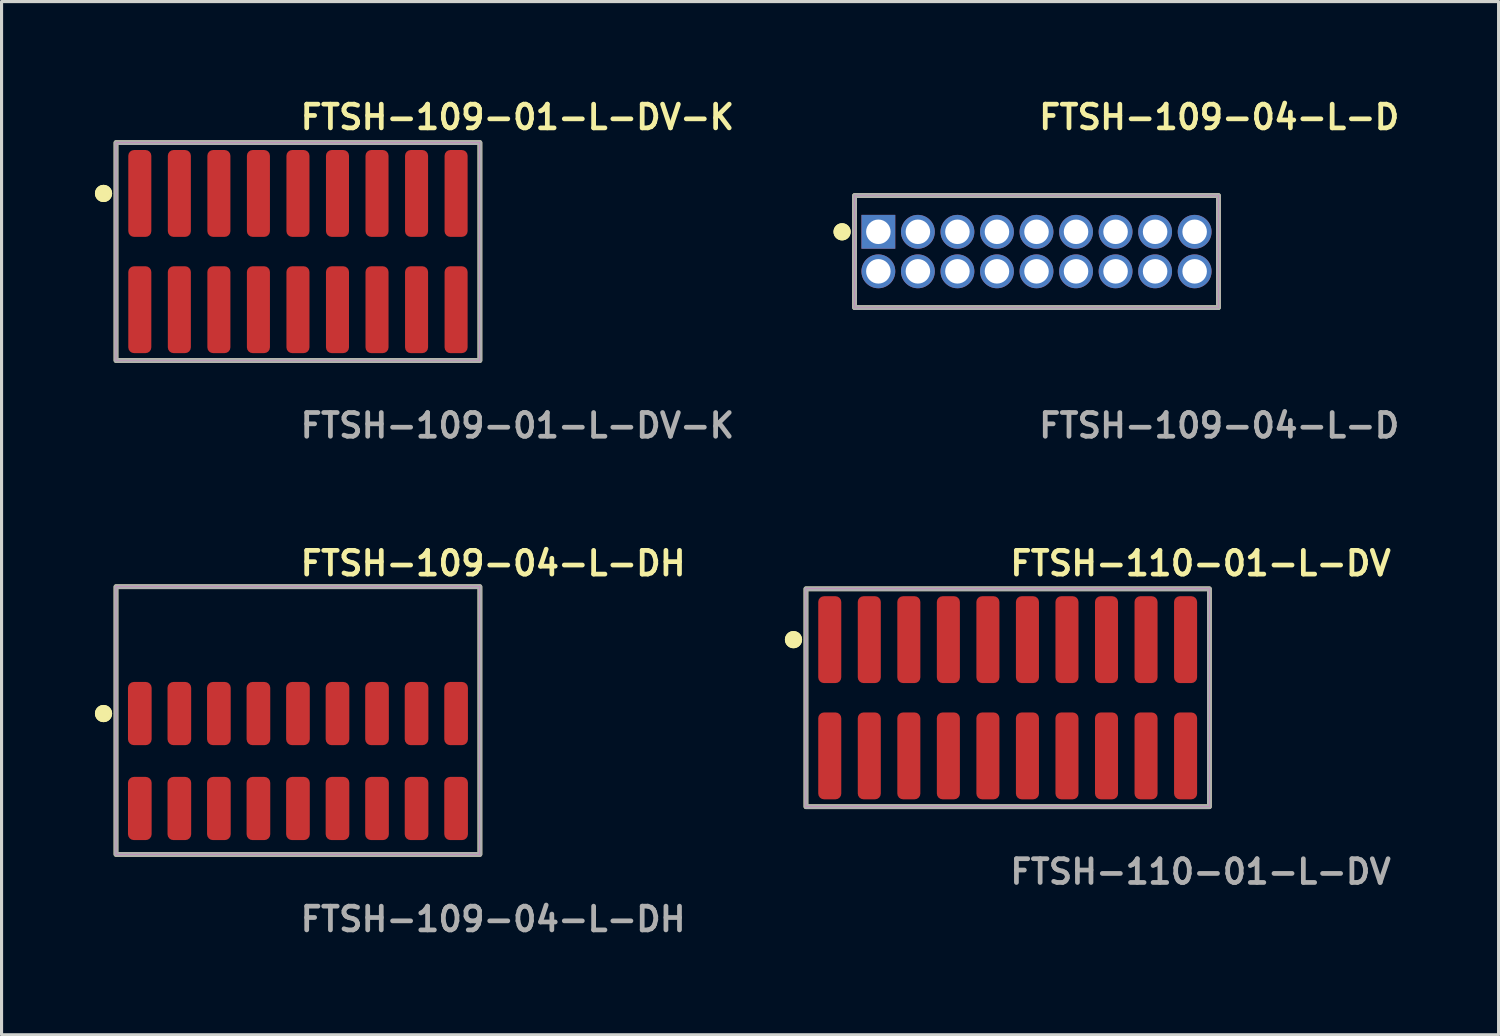
<source format=kicad_pcb>
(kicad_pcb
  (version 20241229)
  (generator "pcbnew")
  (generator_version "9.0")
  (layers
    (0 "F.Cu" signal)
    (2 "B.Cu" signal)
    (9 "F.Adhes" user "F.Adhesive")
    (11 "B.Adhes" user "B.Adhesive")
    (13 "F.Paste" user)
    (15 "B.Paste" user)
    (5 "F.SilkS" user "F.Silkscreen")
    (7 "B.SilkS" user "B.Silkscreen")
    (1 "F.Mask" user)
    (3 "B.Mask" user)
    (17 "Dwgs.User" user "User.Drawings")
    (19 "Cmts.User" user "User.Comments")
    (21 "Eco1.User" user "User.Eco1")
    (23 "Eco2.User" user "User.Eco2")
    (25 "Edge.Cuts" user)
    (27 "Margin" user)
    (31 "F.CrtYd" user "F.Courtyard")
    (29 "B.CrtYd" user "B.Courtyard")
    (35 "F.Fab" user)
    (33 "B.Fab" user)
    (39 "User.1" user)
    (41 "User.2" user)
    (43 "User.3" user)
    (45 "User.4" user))
  (footprint "FTSH-109-04-L-DH"
    (layer "F.Cu")
    (at 6.521 21.396)
    (property "Reference" "FTSH-109-04-L-DH" (at 0 -6.35 0) (unlocked yes) (layer "F.SilkS") (effects (font (size 0.762 0.762) (thickness 0.152)) (justify left)))
    (fp_rect (start -5.845 3) (end 5.845 -5.6) (stroke (width 0.152) (type solid)) (fill no) (layer "F.SilkS"))
    (fp_circle (center -6.245 -1.525) (end -6.445 -1.525) (stroke (width 0.152) (type solid)) (fill yes) (layer "F.SilkS"))
    (fp_circle (center -6.245 -1.525) (end -6.445 -1.525) (stroke (width 0.152) (type solid)) (fill yes) (layer "F.SilkS"))
    (fp_rect (start -5.845 3) (end 5.845 -5.6) (stroke (width 0.006) (type solid)) (fill no) (layer "F.CrtYd"))
    (fp_rect (start -5.845 3) (end 5.845 -5.6) (stroke (width 0.152) (type solid)) (fill no) (layer "F.Fab"))
    (fp_text user "${REFERENCE}" (at 0 5.08 0) (unlocked yes) (layer "F.Fab") (effects (font (size 0.762 0.762) (thickness 0.152)) (justify left)))
    (pad "1" smd roundrect (at -5.08 -1.525) (size 0.76 2.03) (layers "F.Cu" "F.Paste") (roundrect_rratio 0.25))
    (pad "2" smd roundrect (at -5.08 1.525) (size 0.76 2.03) (layers "F.Cu" "F.Paste") (roundrect_rratio 0.25))
    (pad "3" smd roundrect (at -3.81 -1.525) (size 0.76 2.03) (layers "F.Cu" "F.Paste") (roundrect_rratio 0.25))
    (pad "4" smd roundrect (at -3.81 1.525) (size 0.76 2.03) (layers "F.Cu" "F.Paste") (roundrect_rratio 0.25))
    (pad "5" smd roundrect (at -2.54 -1.525) (size 0.76 2.03) (layers "F.Cu" "F.Paste") (roundrect_rratio 0.25))
    (pad "6" smd roundrect (at -2.54 1.525) (size 0.76 2.03) (layers "F.Cu" "F.Paste") (roundrect_rratio 0.25))
    (pad "7" smd roundrect (at -1.27 -1.525) (size 0.76 2.03) (layers "F.Cu" "F.Paste") (roundrect_rratio 0.25))
    (pad "8" smd roundrect (at -1.27 1.525) (size 0.76 2.03) (layers "F.Cu" "F.Paste") (roundrect_rratio 0.25))
    (pad "9" smd roundrect (at 0 -1.525) (size 0.76 2.03) (layers "F.Cu" "F.Paste") (roundrect_rratio 0.25))
    (pad "10" smd roundrect (at 0 1.525) (size 0.76 2.03) (layers "F.Cu" "F.Paste") (roundrect_rratio 0.25))
    (pad "11" smd roundrect (at 1.27 -1.525) (size 0.76 2.03) (layers "F.Cu" "F.Paste") (roundrect_rratio 0.25))
    (pad "12" smd roundrect (at 1.27 1.525) (size 0.76 2.03) (layers "F.Cu" "F.Paste") (roundrect_rratio 0.25))
    (pad "13" smd roundrect (at 2.54 -1.525) (size 0.76 2.03) (layers "F.Cu" "F.Paste") (roundrect_rratio 0.25))
    (pad "14" smd roundrect (at 2.54 1.525) (size 0.76 2.03) (layers "F.Cu" "F.Paste") (roundrect_rratio 0.25))
    (pad "15" smd roundrect (at 3.81 -1.525) (size 0.76 2.03) (layers "F.Cu" "F.Paste") (roundrect_rratio 0.25))
    (pad "16" smd roundrect (at 3.81 1.525) (size 0.76 2.03) (layers "F.Cu" "F.Paste") (roundrect_rratio 0.25))
    (pad "17" smd roundrect (at 5.08 -1.525) (size 0.76 2.03) (layers "F.Cu" "F.Paste") (roundrect_rratio 0.25))
    (pad "18" smd roundrect (at 5.08 1.525) (size 0.76 2.03) (layers "F.Cu" "F.Paste") (roundrect_rratio 0.25)))
  (footprint "FTSH-110-01-L-DV"
    (layer "F.Cu")
    (at 29.319 19.364)
    (property "Reference" "FTSH-110-01-L-DV" (at 0 -4.318 0) (unlocked yes) (layer "F.SilkS") (effects (font (size 0.762 0.762) (thickness 0.152)) (justify left)))
    (fp_rect (start -6.48 3.5) (end 6.48 -3.5) (stroke (width 0.152) (type solid)) (fill no) (layer "F.SilkS"))
    (fp_circle (center -6.88 -1.867) (end -7.08 -1.867) (stroke (width 0.152) (type solid)) (fill yes) (layer "F.SilkS"))
    (fp_circle (center -6.88 -1.867) (end -7.08 -1.867) (stroke (width 0.152) (type solid)) (fill yes) (layer "F.SilkS"))
    (fp_rect (start -6.48 3.5) (end 6.48 -3.5) (stroke (width 0.006) (type solid)) (fill no) (layer "F.CrtYd"))
    (fp_rect (start -6.48 3.5) (end 6.48 -3.5) (stroke (width 0.152) (type solid)) (fill no) (layer "F.Fab"))
    (fp_text user "${REFERENCE}" (at 0 5.588 0) (unlocked yes) (layer "F.Fab") (effects (font (size 0.762 0.762) (thickness 0.152)) (justify left)))
    (pad "1" smd roundrect (at -5.715 -1.867) (size 0.74 2.79) (layers "F.Cu" "F.Paste") (roundrect_rratio 0.25))
    (pad "2" smd roundrect (at -5.715 1.867) (size 0.74 2.79) (layers "F.Cu" "F.Paste") (roundrect_rratio 0.25))
    (pad "3" smd roundrect (at -4.445 -1.867) (size 0.74 2.79) (layers "F.Cu" "F.Paste") (roundrect_rratio 0.25))
    (pad "4" smd roundrect (at -4.445 1.867) (size 0.74 2.79) (layers "F.Cu" "F.Paste") (roundrect_rratio 0.25))
    (pad "5" smd roundrect (at -3.175 -1.867) (size 0.74 2.79) (layers "F.Cu" "F.Paste") (roundrect_rratio 0.25))
    (pad "6" smd roundrect (at -3.175 1.867) (size 0.74 2.79) (layers "F.Cu" "F.Paste") (roundrect_rratio 0.25))
    (pad "7" smd roundrect (at -1.905 -1.867) (size 0.74 2.79) (layers "F.Cu" "F.Paste") (roundrect_rratio 0.25))
    (pad "8" smd roundrect (at -1.905 1.867) (size 0.74 2.79) (layers "F.Cu" "F.Paste") (roundrect_rratio 0.25))
    (pad "9" smd roundrect (at -0.635 -1.867) (size 0.74 2.79) (layers "F.Cu" "F.Paste") (roundrect_rratio 0.25))
    (pad "10" smd roundrect (at -0.635 1.867) (size 0.74 2.79) (layers "F.Cu" "F.Paste") (roundrect_rratio 0.25))
    (pad "11" smd roundrect (at 0.635 -1.867) (size 0.74 2.79) (layers "F.Cu" "F.Paste") (roundrect_rratio 0.25))
    (pad "12" smd roundrect (at 0.635 1.867) (size 0.74 2.79) (layers "F.Cu" "F.Paste") (roundrect_rratio 0.25))
    (pad "13" smd roundrect (at 1.905 -1.867) (size 0.74 2.79) (layers "F.Cu" "F.Paste") (roundrect_rratio 0.25))
    (pad "14" smd roundrect (at 1.905 1.867) (size 0.74 2.79) (layers "F.Cu" "F.Paste") (roundrect_rratio 0.25))
    (pad "15" smd roundrect (at 3.175 -1.867) (size 0.74 2.79) (layers "F.Cu" "F.Paste") (roundrect_rratio 0.25))
    (pad "16" smd roundrect (at 3.175 1.867) (size 0.74 2.79) (layers "F.Cu" "F.Paste") (roundrect_rratio 0.25))
    (pad "17" smd roundrect (at 4.445 -1.867) (size 0.74 2.79) (layers "F.Cu" "F.Paste") (roundrect_rratio 0.25))
    (pad "18" smd roundrect (at 4.445 1.867) (size 0.74 2.79) (layers "F.Cu" "F.Paste") (roundrect_rratio 0.25))
    (pad "19" smd roundrect (at 5.715 -1.867) (size 0.74 2.79) (layers "F.Cu" "F.Paste") (roundrect_rratio 0.25))
    (pad "20" smd roundrect (at 5.715 1.867) (size 0.74 2.79) (layers "F.Cu" "F.Paste") (roundrect_rratio 0.25)))
  (footprint "FTSH-109-04-L-D"
    (layer "F.Cu")
    (at 30.245 5.031)
    (property "Reference" "FTSH-109-04-L-D" (at 0 -4.318 0) (unlocked yes) (layer "F.SilkS") (effects (font (size 0.762 0.762) (thickness 0.152)) (justify left)))
    (fp_rect (start -5.845 1.8) (end 5.845 -1.8) (stroke (width 0.152) (type solid)) (fill no) (layer "F.SilkS"))
    (fp_circle (center -6.245 -0.635) (end -6.445 -0.635) (stroke (width 0.152) (type solid)) (fill yes) (layer "F.SilkS"))
    (fp_circle (center -6.245 -0.635) (end -6.445 -0.635) (stroke (width 0.152) (type solid)) (fill yes) (layer "F.SilkS"))
    (fp_rect (start -5.845 1.8) (end 5.845 -1.8) (stroke (width 0.006) (type solid)) (fill no) (layer "F.CrtYd"))
    (fp_rect (start -5.845 1.8) (end 5.845 -1.8) (stroke (width 0.152) (type solid)) (fill no) (layer "F.Fab"))
    (fp_text user "${REFERENCE}" (at 0 5.588 0) (unlocked yes) (layer "F.Fab") (effects (font (size 0.762 0.762) (thickness 0.152)) (justify left)))
    (pad "1" thru_hole rect (at -5.08 -0.635) (size 1.087 1.087) (drill 0.787) (layers "*.Cu" "*.Mask"))
    (pad "2" thru_hole circle (at -5.08 0.635) (size 1.087 1.087) (drill 0.787) (layers "*.Cu" "*.Mask"))
    (pad "3" thru_hole circle (at -3.81 -0.635) (size 1.087 1.087) (drill 0.787) (layers "*.Cu" "*.Mask"))
    (pad "4" thru_hole circle (at -3.81 0.635) (size 1.087 1.087) (drill 0.787) (layers "*.Cu" "*.Mask"))
    (pad "5" thru_hole circle (at -2.54 -0.635) (size 1.087 1.087) (drill 0.787) (layers "*.Cu" "*.Mask"))
    (pad "6" thru_hole circle (at -2.54 0.635) (size 1.087 1.087) (drill 0.787) (layers "*.Cu" "*.Mask"))
    (pad "7" thru_hole circle (at -1.27 -0.635) (size 1.087 1.087) (drill 0.787) (layers "*.Cu" "*.Mask"))
    (pad "8" thru_hole circle (at -1.27 0.635) (size 1.087 1.087) (drill 0.787) (layers "*.Cu" "*.Mask"))
    (pad "9" thru_hole circle (at 0 -0.635) (size 1.087 1.087) (drill 0.787) (layers "*.Cu" "*.Mask"))
    (pad "10" thru_hole circle (at 0 0.635) (size 1.087 1.087) (drill 0.787) (layers "*.Cu" "*.Mask"))
    (pad "11" thru_hole circle (at 1.27 -0.635) (size 1.087 1.087) (drill 0.787) (layers "*.Cu" "*.Mask"))
    (pad "12" thru_hole circle (at 1.27 0.635) (size 1.087 1.087) (drill 0.787) (layers "*.Cu" "*.Mask"))
    (pad "13" thru_hole circle (at 2.54 -0.635) (size 1.087 1.087) (drill 0.787) (layers "*.Cu" "*.Mask"))
    (pad "14" thru_hole circle (at 2.54 0.635) (size 1.087 1.087) (drill 0.787) (layers "*.Cu" "*.Mask"))
    (pad "15" thru_hole circle (at 3.81 -0.635) (size 1.087 1.087) (drill 0.787) (layers "*.Cu" "*.Mask"))
    (pad "16" thru_hole circle (at 3.81 0.635) (size 1.087 1.087) (drill 0.787) (layers "*.Cu" "*.Mask"))
    (pad "17" thru_hole circle (at 5.08 -0.635) (size 1.087 1.087) (drill 0.787) (layers "*.Cu" "*.Mask"))
    (pad "18" thru_hole circle (at 5.08 0.635) (size 1.087 1.087) (drill 0.787) (layers "*.Cu" "*.Mask")))
  (footprint "FTSH-109-01-L-DV-K"
    (layer "F.Cu")
    (at 6.521 5.031)
    (property "Reference" "FTSH-109-01-L-DV-K" (at 0 -4.318 0) (unlocked yes) (layer "F.SilkS") (effects (font (size 0.762 0.762) (thickness 0.152)) (justify left)))
    (fp_rect (start -5.845 3.5) (end 5.845 -3.5) (stroke (width 0.152) (type solid)) (fill no) (layer "F.SilkS"))
    (fp_circle (center -6.245 -1.867) (end -6.445 -1.867) (stroke (width 0.152) (type solid)) (fill yes) (layer "F.SilkS"))
    (fp_circle (center -6.245 -1.867) (end -6.445 -1.867) (stroke (width 0.152) (type solid)) (fill yes) (layer "F.SilkS"))
    (fp_rect (start -5.845 3.5) (end 5.845 -3.5) (stroke (width 0.006) (type solid)) (fill no) (layer "F.CrtYd"))
    (fp_rect (start -5.845 3.5) (end 5.845 -3.5) (stroke (width 0.152) (type solid)) (fill no) (layer "F.Fab"))
    (fp_text user "${REFERENCE}" (at 0 5.588 0) (unlocked yes) (layer "F.Fab") (effects (font (size 0.762 0.762) (thickness 0.152)) (justify left)))
    (pad "1" smd roundrect (at -5.08 -1.867) (size 0.74 2.79) (layers "F.Cu" "F.Paste") (roundrect_rratio 0.25))
    (pad "2" smd roundrect (at -5.08 1.867) (size 0.74 2.79) (layers "F.Cu" "F.Paste") (roundrect_rratio 0.25))
    (pad "3" smd roundrect (at -3.81 -1.867) (size 0.74 2.79) (layers "F.Cu" "F.Paste") (roundrect_rratio 0.25))
    (pad "4" smd roundrect (at -3.81 1.867) (size 0.74 2.79) (layers "F.Cu" "F.Paste") (roundrect_rratio 0.25))
    (pad "5" smd roundrect (at -2.54 -1.867) (size 0.74 2.79) (layers "F.Cu" "F.Paste") (roundrect_rratio 0.25))
    (pad "6" smd roundrect (at -2.54 1.867) (size 0.74 2.79) (layers "F.Cu" "F.Paste") (roundrect_rratio 0.25))
    (pad "7" smd roundrect (at -1.27 -1.867) (size 0.74 2.79) (layers "F.Cu" "F.Paste") (roundrect_rratio 0.25))
    (pad "8" smd roundrect (at -1.27 1.867) (size 0.74 2.79) (layers "F.Cu" "F.Paste") (roundrect_rratio 0.25))
    (pad "9" smd roundrect (at 0 -1.867) (size 0.74 2.79) (layers "F.Cu" "F.Paste") (roundrect_rratio 0.25))
    (pad "10" smd roundrect (at 0 1.867) (size 0.74 2.79) (layers "F.Cu" "F.Paste") (roundrect_rratio 0.25))
    (pad "11" smd roundrect (at 1.27 -1.867) (size 0.74 2.79) (layers "F.Cu" "F.Paste") (roundrect_rratio 0.25))
    (pad "12" smd roundrect (at 1.27 1.867) (size 0.74 2.79) (layers "F.Cu" "F.Paste") (roundrect_rratio 0.25))
    (pad "13" smd roundrect (at 2.54 -1.867) (size 0.74 2.79) (layers "F.Cu" "F.Paste") (roundrect_rratio 0.25))
    (pad "14" smd roundrect (at 2.54 1.867) (size 0.74 2.79) (layers "F.Cu" "F.Paste") (roundrect_rratio 0.25))
    (pad "15" smd roundrect (at 3.81 -1.867) (size 0.74 2.79) (layers "F.Cu" "F.Paste") (roundrect_rratio 0.25))
    (pad "16" smd roundrect (at 3.81 1.867) (size 0.74 2.79) (layers "F.Cu" "F.Paste") (roundrect_rratio 0.25))
    (pad "17" smd roundrect (at 5.08 -1.867) (size 0.74 2.79) (layers "F.Cu" "F.Paste") (roundrect_rratio 0.25))
    (pad "18" smd roundrect (at 5.08 1.867) (size 0.74 2.79) (layers "F.Cu" "F.Paste") (roundrect_rratio 0.25)))
  (gr_rect
    (start -3 -3)
    (end 45.088 30.189)
    (stroke (width 0.1) (type default))
    (fill no)
    (layer "Edge.Cuts")))
</source>
